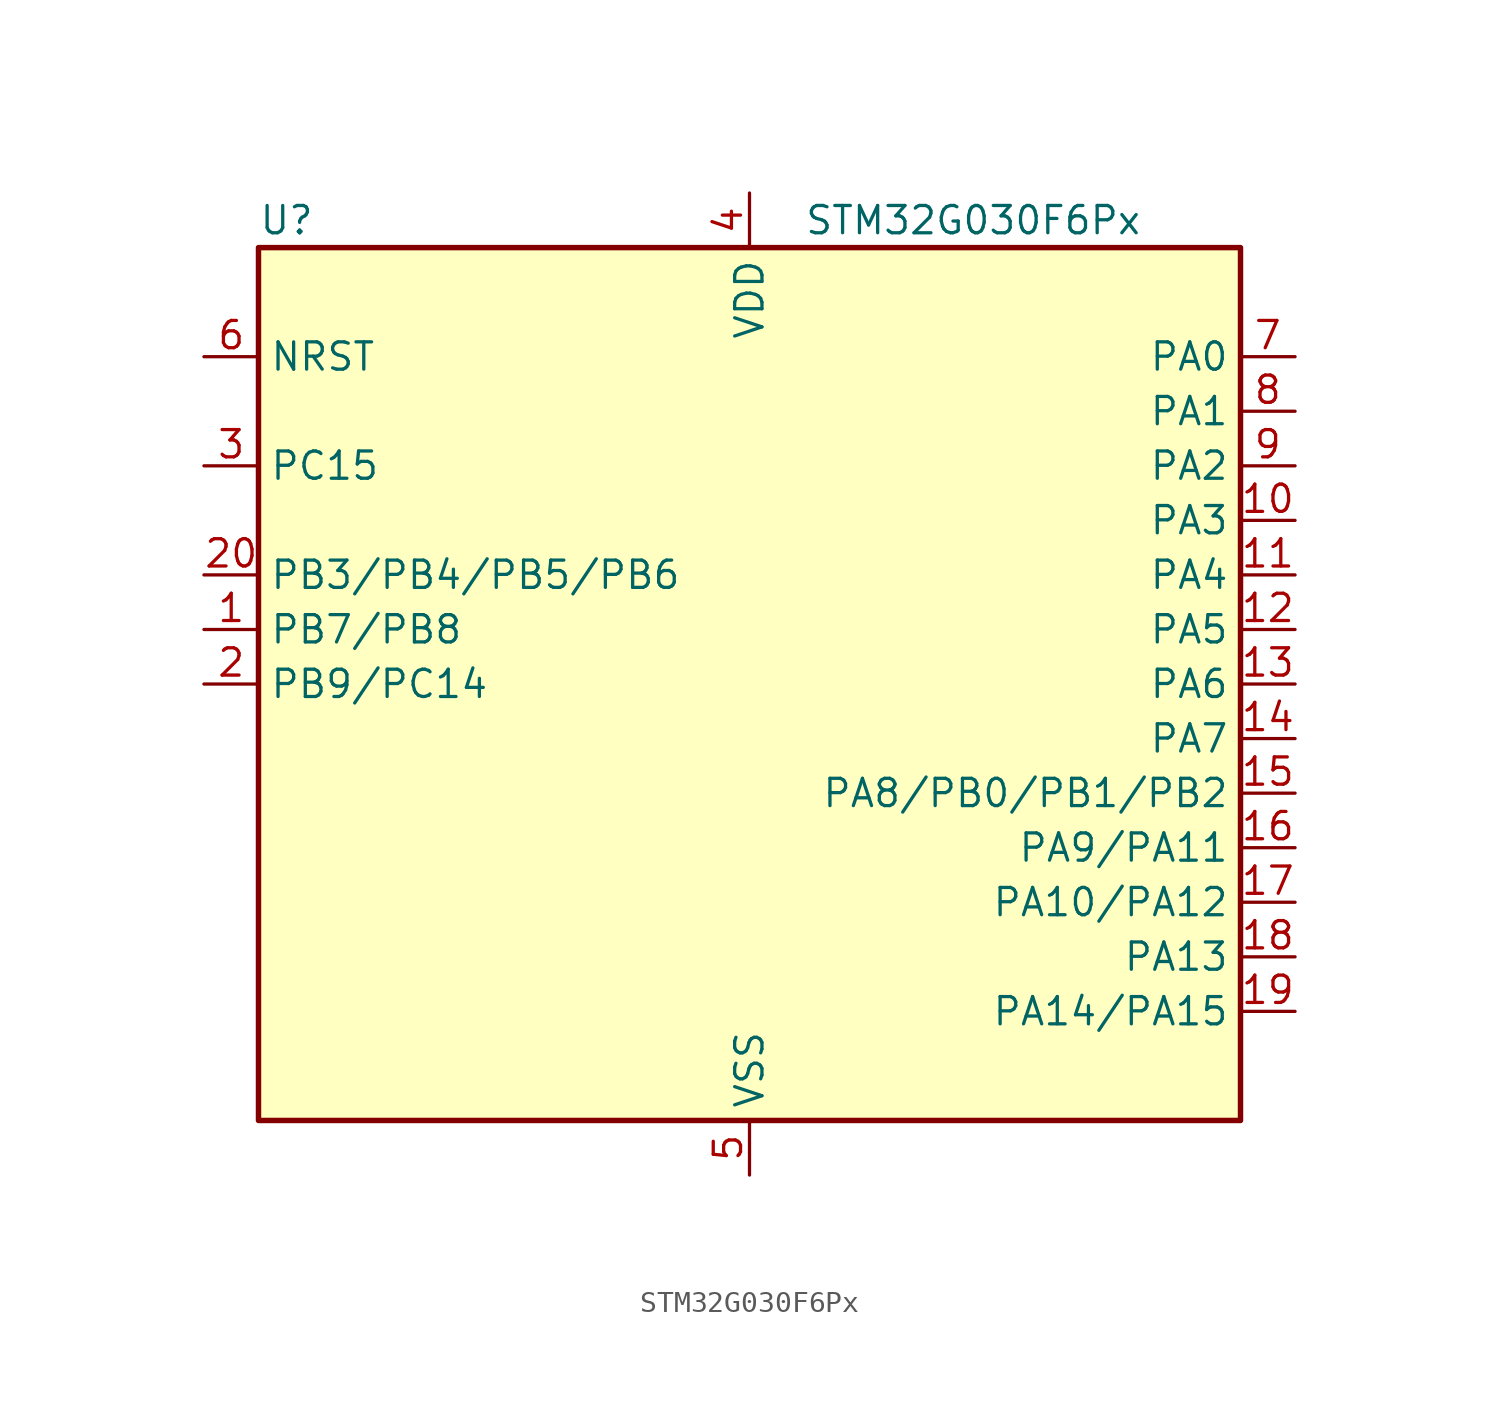
<source format=kicad_sym>
(kicad_symbol_lib
  (version 20241209)
  (generator "kicad_symbol_editor")
  (generator_version "9.0")
  (symbol "STM32G030F6Px"
    (property "Reference" "U"
      (at -22.86 21.59 0)
      (effects (font (size 1.27 1.27)) (justify left)))
    (property "Value" "STM32G030F6Px"
      (at 2.54 21.59 0)
      (effects (font (size 1.27 1.27)) (justify left)))
    (symbol "STM32G030F6Px_0_1"
      (rectangle (start -22.86 -20.32) (end 22.86 20.32) (stroke (width 0.254) (type default)) (fill (type background))))
    (symbol "STM32G030F6Px_1_1"
      (pin input line (at -25.4 15.24 0) (length 2.54) (name "NRST" (effects (font (size 1.27 1.27)))) (number "6" (effects (font (size 1.27 1.27)))))
      (pin bidirectional line (at -25.4 10.16 0) (length 2.54) (name "PC15" (effects (font (size 1.27 1.27)))) (number "3" (effects (font (size 1.27 1.27)))) (alternate "RCC_OSC32_EN" bidirectional line) (alternate "RCC_OSC32_OUT" bidirectional line) (alternate "RCC_OSC_EN" bidirectional line))
      (pin bidirectional line (at -25.4 5.08 0) (length 2.54) (name "PB3/PB4/PB5/PB6" (effects (font (size 1.27 1.27)))) (number "20" (effects (font (size 1.27 1.27)))) (alternate "I2C1_SCL (PB6)" bidirectional line) (alternate "I2C1_SMBA (PB5)" bidirectional line) (alternate "I2S1_CK (PB3)" bidirectional line) (alternate "I2S1_MCK (PB4)" bidirectional line) (alternate "I2S1_SD (PB5)" bidirectional line) (alternate "PB3" bidirectional line) (alternate "PB4" bidirectional line) (alternate "PB5" bidirectional line) (alternate "PB6" bidirectional line) (alternate "SPI1_MISO (PB4)" bidirectional line) (alternate "SPI1_MOSI (PB5)" bidirectional line) (alternate "SPI1_SCK (PB3)" bidirectional line) (alternate "SPI2_MISO (PB6)" bidirectional line) (alternate "SYS_WKUP6 (PB5)" bidirectional line) (alternate "TIM16_BK (PB5)" bidirectional line) (alternate "TIM16_CH1N (PB6)" bidirectional line) (alternate "TIM17_BK (PB4)" bidirectional line) (alternate "TIM1_CH2 (PB3)" bidirectional line) (alternate "TIM1_CH3 (PB6)" bidirectional line) (alternate "TIM3_CH1 (PB4)" bidirectional line) (alternate "TIM3_CH2 (PB5)" bidirectional line) (alternate "USART1_CK (PB3)" bidirectional line) (alternate "USART1_CTS (PB4)" bidirectional line) (alternate "USART1_DE (PB3)" bidirectional line) (alternate "USART1_NSS (PB4)" bidirectional line) (alternate "USART1_RTS (PB3)" bidirectional line) (alternate "USART1_TX (PB6)" bidirectional line))
      (pin bidirectional line (at -25.4 2.54 0) (length 2.54) (name "PB7/PB8" (effects (font (size 1.27 1.27)))) (number "1" (effects (font (size 1.27 1.27)))) (alternate "ADC1_IN11 (PB7)" bidirectional line) (alternate "I2C1_SCL (PB8)" bidirectional line) (alternate "I2C1_SDA (PB7)" bidirectional line) (alternate "PB7" bidirectional line) (alternate "PB8" bidirectional line) (alternate "SPI2_MOSI (PB7)" bidirectional line) (alternate "SPI2_SCK (PB8)" bidirectional line) (alternate "SYS_PVD_IN (PB7)" bidirectional line) (alternate "TIM16_CH1 (PB8)" bidirectional line) (alternate "TIM17_CH1N (PB7)" bidirectional line) (alternate "USART1_RX (PB7)" bidirectional line))
      (pin bidirectional line (at -25.4 0 0) (length 2.54) (name "PB9/PC14" (effects (font (size 1.27 1.27)))) (number "2" (effects (font (size 1.27 1.27)))) (alternate "I2C1_SDA (PB9)" bidirectional line) (alternate "IR_OUT (PB9)" bidirectional line) (alternate "PB9" bidirectional line) (alternate "PC14" bidirectional line) (alternate "RCC_OSC32_IN (PC14)" bidirectional line) (alternate "RCC_OSC_IN (PC14)" bidirectional line) (alternate "SPI2_NSS (PB9)" bidirectional line) (alternate "TIM17_CH1 (PB9)" bidirectional line) (alternate "TIM1_BK2 (PC14)" bidirectional line))
      (pin power_in line (at 0 22.86 270) (length 2.54) (name "VDD" (effects (font (size 1.27 1.27)))) (number "4" (effects (font (size 1.27 1.27)))))
      (pin power_in line (at 0 -22.86 90) (length 2.54) (name "VSS" (effects (font (size 1.27 1.27)))) (number "5" (effects (font (size 1.27 1.27)))))
      (pin bidirectional line (at 25.4 15.24 180) (length 2.54) (name "PA0" (effects (font (size 1.27 1.27)))) (number "7" (effects (font (size 1.27 1.27)))) (alternate "ADC1_IN0" bidirectional line) (alternate "RTC_TAMP_IN2" bidirectional line) (alternate "SPI2_SCK" bidirectional line) (alternate "SYS_WKUP1" bidirectional line) (alternate "USART2_CTS" bidirectional line) (alternate "USART2_NSS" bidirectional line))
      (pin bidirectional line (at 25.4 12.7 180) (length 2.54) (name "PA1" (effects (font (size 1.27 1.27)))) (number "8" (effects (font (size 1.27 1.27)))) (alternate "ADC1_IN1" bidirectional line) (alternate "I2C1_SMBA" bidirectional line) (alternate "I2S1_CK" bidirectional line) (alternate "SPI1_SCK" bidirectional line) (alternate "USART2_CK" bidirectional line) (alternate "USART2_DE" bidirectional line) (alternate "USART2_RTS" bidirectional line))
      (pin bidirectional line (at 25.4 10.16 180) (length 2.54) (name "PA2" (effects (font (size 1.27 1.27)))) (number "9" (effects (font (size 1.27 1.27)))) (alternate "ADC1_IN2" bidirectional line) (alternate "I2S1_SD" bidirectional line) (alternate "RCC_LSCO" bidirectional line) (alternate "SPI1_MOSI" bidirectional line) (alternate "SYS_WKUP4" bidirectional line) (alternate "USART2_TX" bidirectional line))
      (pin bidirectional line (at 25.4 7.62 180) (length 2.54) (name "PA3" (effects (font (size 1.27 1.27)))) (number "10" (effects (font (size 1.27 1.27)))) (alternate "ADC1_IN3" bidirectional line) (alternate "SPI2_MISO" bidirectional line) (alternate "USART2_RX" bidirectional line))
      (pin bidirectional line (at 25.4 5.08 180) (length 2.54) (name "PA4" (effects (font (size 1.27 1.27)))) (number "11" (effects (font (size 1.27 1.27)))) (alternate "ADC1_IN4" bidirectional line) (alternate "I2S1_WS" bidirectional line) (alternate "RTC_OUT_ALARM" bidirectional line) (alternate "RTC_OUT_CALIB" bidirectional line) (alternate "RTC_TAMP_IN1" bidirectional line) (alternate "RTC_TS" bidirectional line) (alternate "SPI1_NSS" bidirectional line) (alternate "SPI2_MOSI" bidirectional line) (alternate "SYS_WKUP2" bidirectional line) (alternate "TIM14_CH1" bidirectional line))
      (pin bidirectional line (at 25.4 2.54 180) (length 2.54) (name "PA5" (effects (font (size 1.27 1.27)))) (number "12" (effects (font (size 1.27 1.27)))) (alternate "ADC1_IN5" bidirectional line) (alternate "I2S1_CK" bidirectional line) (alternate "SPI1_SCK" bidirectional line))
      (pin bidirectional line (at 25.4 0 180) (length 2.54) (name "PA6" (effects (font (size 1.27 1.27)))) (number "13" (effects (font (size 1.27 1.27)))) (alternate "ADC1_IN6" bidirectional line) (alternate "I2S1_MCK" bidirectional line) (alternate "SPI1_MISO" bidirectional line) (alternate "TIM16_CH1" bidirectional line) (alternate "TIM1_BK" bidirectional line) (alternate "TIM3_CH1" bidirectional line))
      (pin bidirectional line (at 25.4 -2.54 180) (length 2.54) (name "PA7" (effects (font (size 1.27 1.27)))) (number "14" (effects (font (size 1.27 1.27)))) (alternate "ADC1_IN7" bidirectional line) (alternate "I2S1_SD" bidirectional line) (alternate "SPI1_MOSI" bidirectional line) (alternate "TIM14_CH1" bidirectional line) (alternate "TIM17_CH1" bidirectional line) (alternate "TIM1_CH1N" bidirectional line) (alternate "TIM3_CH2" bidirectional line))
      (pin bidirectional line (at 25.4 -5.08 180) (length 2.54) (name "PA8/PB0/PB1/PB2" (effects (font (size 1.27 1.27)))) (number "15" (effects (font (size 1.27 1.27)))) (alternate "ADC1_IN10 (PB2)" bidirectional line) (alternate "ADC1_IN8 (PB0)" bidirectional line) (alternate "ADC1_IN9 (PB1)" bidirectional line) (alternate "I2S1_WS (PB0)" bidirectional line) (alternate "PA8" bidirectional line) (alternate "PB0" bidirectional line) (alternate "PB1" bidirectional line) (alternate "PB2" bidirectional line) (alternate "RCC_MCO (PA8)" bidirectional line) (alternate "SPI1_NSS (PB0)" bidirectional line) (alternate "SPI2_MISO (PB2)" bidirectional line) (alternate "SPI2_NSS (PA8)" bidirectional line) (alternate "TIM14_CH1 (PB1)" bidirectional line) (alternate "TIM1_CH1 (PA8)" bidirectional line) (alternate "TIM1_CH2N (PB0)" bidirectional line) (alternate "TIM1_CH3N (PB1)" bidirectional line) (alternate "TIM3_CH3 (PB0)" bidirectional line) (alternate "TIM3_CH4 (PB1)" bidirectional line))
      (pin bidirectional line (at 25.4 -7.62 180) (length 2.54) (name "PA9/PA11" (effects (font (size 1.27 1.27)))) (number "16" (effects (font (size 1.27 1.27)))) (alternate "ADC1_EXTI11 (PA11)" bidirectional line) (alternate "ADC1_IN15 (PA11)" bidirectional line) (alternate "I2C1_SCL (PA9)" bidirectional line) (alternate "I2C2_SCL (PA11)" bidirectional line) (alternate "I2S1_MCK (PA11)" bidirectional line) (alternate "PA11" bidirectional line) (alternate "PA9" bidirectional line) (alternate "RCC_MCO (PA9)" bidirectional line) (alternate "SPI1_MISO (PA11)" bidirectional line) (alternate "SPI2_MISO (PA9)" bidirectional line) (alternate "TIM1_BK2 (PA11)" bidirectional line) (alternate "TIM1_CH2 (PA9)" bidirectional line) (alternate "TIM1_CH4 (PA11)" bidirectional line) (alternate "USART1_CTS (PA11)" bidirectional line) (alternate "USART1_NSS (PA11)" bidirectional line) (alternate "USART1_TX (PA9)" bidirectional line))
      (pin bidirectional line (at 25.4 -10.16 180) (length 2.54) (name "PA10/PA12" (effects (font (size 1.27 1.27)))) (number "17" (effects (font (size 1.27 1.27)))) (alternate "ADC1_IN16 (PA12)" bidirectional line) (alternate "I2C1_SDA (PA10)" bidirectional line) (alternate "I2C2_SDA (PA12)" bidirectional line) (alternate "I2S1_SD (PA12)" bidirectional line) (alternate "I2S_CKIN (PA12)" bidirectional line) (alternate "PA10" bidirectional line) (alternate "PA12" bidirectional line) (alternate "SPI1_MOSI (PA12)" bidirectional line) (alternate "SPI2_MOSI (PA10)" bidirectional line) (alternate "TIM17_BK (PA10)" bidirectional line) (alternate "TIM1_CH3 (PA10)" bidirectional line) (alternate "TIM1_ETR (PA12)" bidirectional line) (alternate "USART1_CK (PA12)" bidirectional line) (alternate "USART1_DE (PA12)" bidirectional line) (alternate "USART1_RTS (PA12)" bidirectional line) (alternate "USART1_RX (PA10)" bidirectional line))
      (pin bidirectional line (at 25.4 -12.7 180) (length 2.54) (name "PA13" (effects (font (size 1.27 1.27)))) (number "18" (effects (font (size 1.27 1.27)))) (alternate "ADC1_IN17" bidirectional line) (alternate "IR_OUT" bidirectional line) (alternate "SYS_SWDIO" bidirectional line))
      (pin bidirectional line (at 25.4 -15.24 180) (length 2.54) (name "PA14/PA15" (effects (font (size 1.27 1.27)))) (number "19" (effects (font (size 1.27 1.27)))) (alternate "ADC1_IN18 (PA14)" bidirectional line) (alternate "I2S1_WS (PA15)" bidirectional line) (alternate "PA14" bidirectional line) (alternate "PA15" bidirectional line) (alternate "SPI1_NSS (PA15)" bidirectional line) (alternate "SYS_SWCLK (PA14)" bidirectional line) (alternate "USART2_RX (PA15)" bidirectional line) (alternate "USART2_TX (PA14)" bidirectional line)))))
</source>
